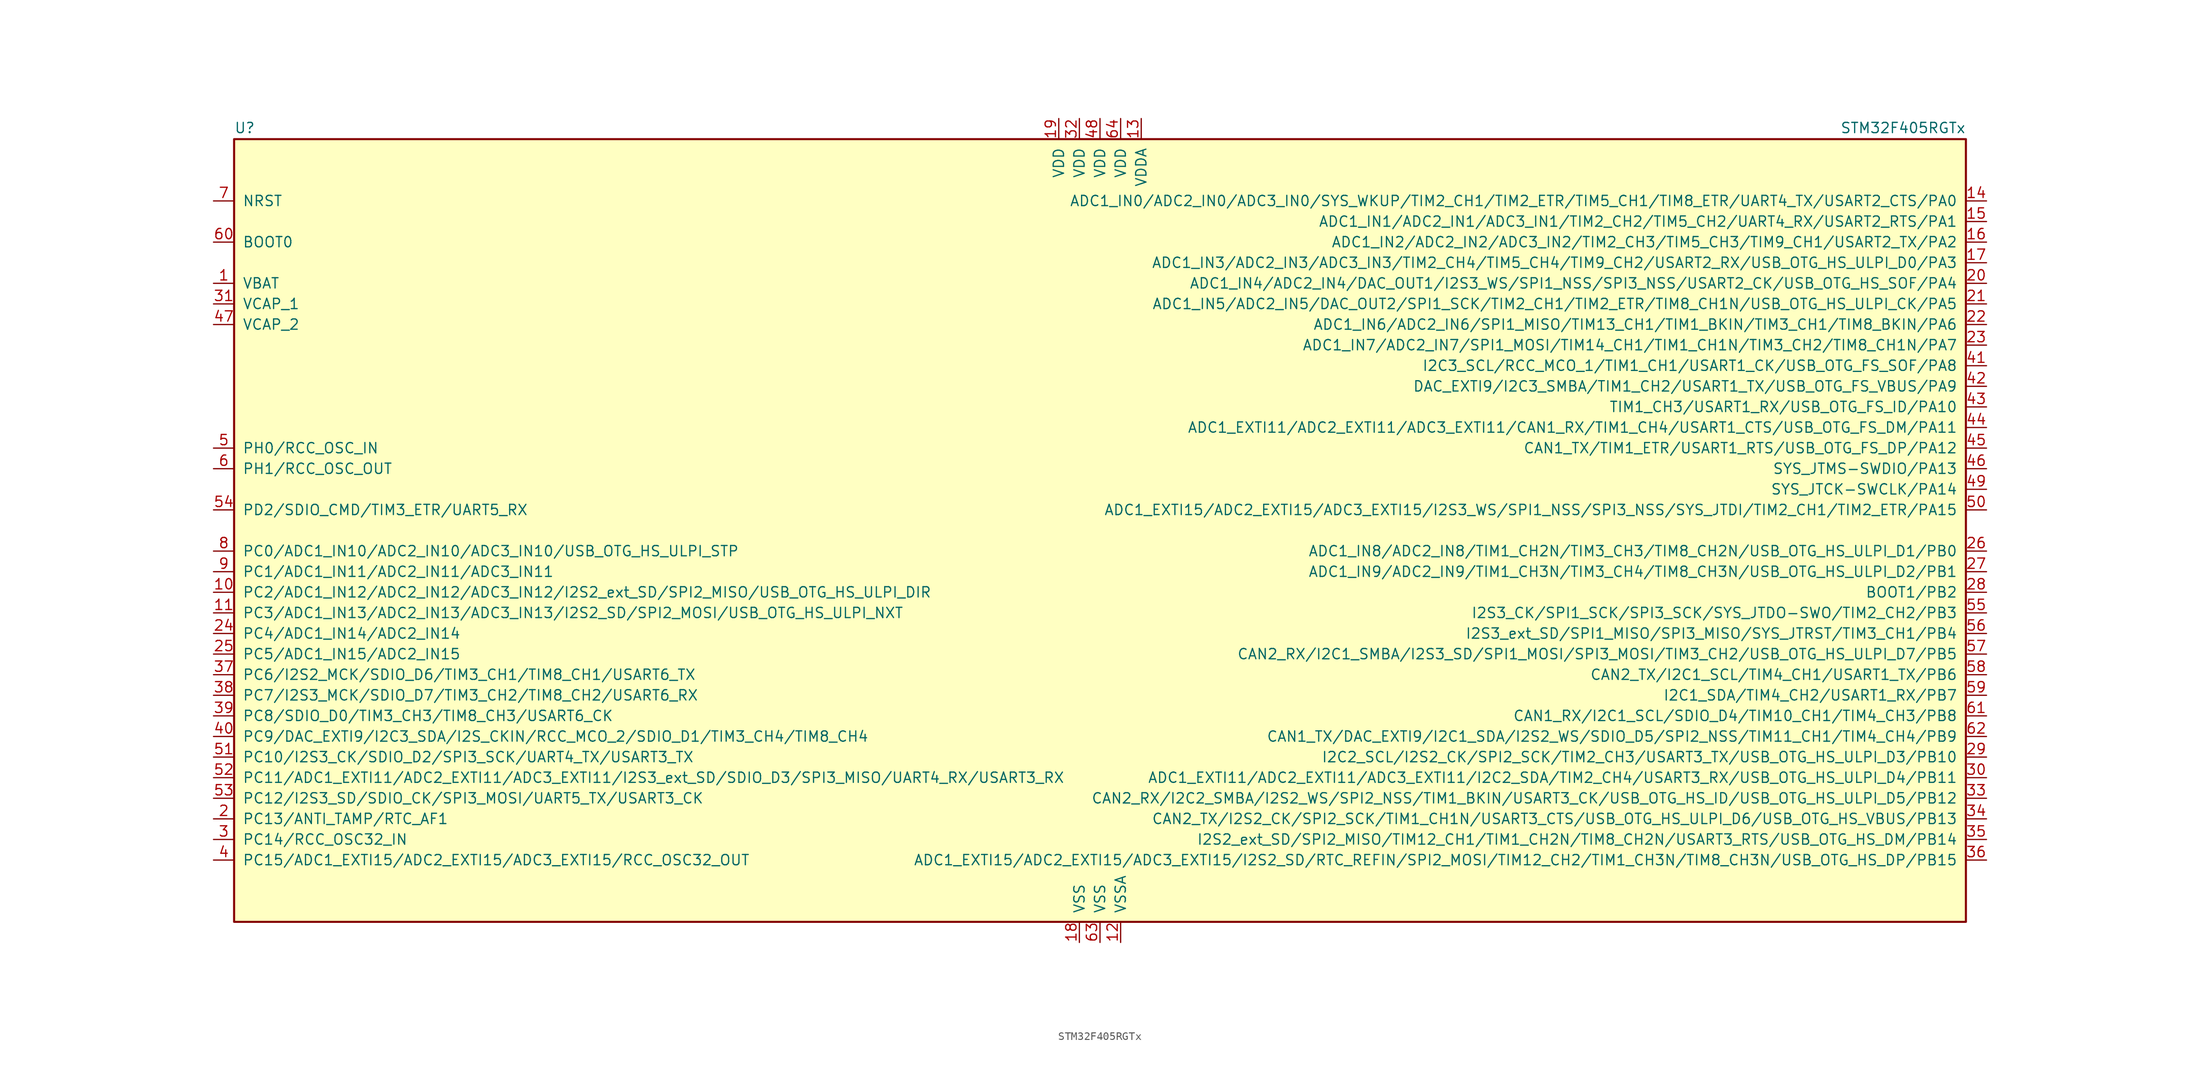
<source format=kicad_sym>
(kicad_symbol_lib
  (version 20211014)
  (generator kicad_symbol_editor)
  (symbol "STM32F405RGTx"
    (pin_names
      (offset 1.016))
    (property "Reference" "U"
      (at -106.68 48.895 0)
      (effects (font (size 1.27 1.27)) (justify left bottom)))
    (property "Value" "STM32F405RGTx"
      (at 106.68 48.895 0)
      (effects (font (size 1.27 1.27)) (justify right bottom)))
    (property "ki_locked" ""
      (at 0 0 0)
      (effects (font (size 1.27 1.27))))
    (symbol "STM32F405RGTx_0_1"
      (rectangle (start -106.68 -48.26) (end 106.68 48.26) (stroke (width 0.254) (type default) (color 0 0 0 0)) (fill (type background))))
    (symbol "STM32F405RGTx_1_1"
      (pin power_in line (at -109.22 30.48 0) (length 2.54) (name "VBAT" (effects (font (size 1.27 1.27)))) (number "1" (effects (font (size 1.27 1.27)))))
      (pin bidirectional line (at -109.22 -7.62 0) (length 2.54) (name "PC2/ADC1_IN12/ADC2_IN12/ADC3_IN12/I2S2_ext_SD/SPI2_MISO/USB_OTG_HS_ULPI_DIR" (effects (font (size 1.27 1.27)))) (number "10" (effects (font (size 1.27 1.27)))))
      (pin bidirectional line (at -109.22 -10.16 0) (length 2.54) (name "PC3/ADC1_IN13/ADC2_IN13/ADC3_IN13/I2S2_SD/SPI2_MOSI/USB_OTG_HS_ULPI_NXT" (effects (font (size 1.27 1.27)))) (number "11" (effects (font (size 1.27 1.27)))))
      (pin power_in line (at 2.54 -50.8 90) (length 2.54) (name "VSSA" (effects (font (size 1.27 1.27)))) (number "12" (effects (font (size 1.27 1.27)))))
      (pin power_in line (at 5.08 50.8 270) (length 2.54) (name "VDDA" (effects (font (size 1.27 1.27)))) (number "13" (effects (font (size 1.27 1.27)))))
      (pin bidirectional line (at 109.22 40.64 180) (length 2.54) (name "ADC1_IN0/ADC2_IN0/ADC3_IN0/SYS_WKUP/TIM2_CH1/TIM2_ETR/TIM5_CH1/TIM8_ETR/UART4_TX/USART2_CTS/PA0" (effects (font (size 1.27 1.27)))) (number "14" (effects (font (size 1.27 1.27)))))
      (pin bidirectional line (at 109.22 38.1 180) (length 2.54) (name "ADC1_IN1/ADC2_IN1/ADC3_IN1/TIM2_CH2/TIM5_CH2/UART4_RX/USART2_RTS/PA1" (effects (font (size 1.27 1.27)))) (number "15" (effects (font (size 1.27 1.27)))))
      (pin bidirectional line (at 109.22 35.56 180) (length 2.54) (name "ADC1_IN2/ADC2_IN2/ADC3_IN2/TIM2_CH3/TIM5_CH3/TIM9_CH1/USART2_TX/PA2" (effects (font (size 1.27 1.27)))) (number "16" (effects (font (size 1.27 1.27)))))
      (pin bidirectional line (at 109.22 33.02 180) (length 2.54) (name "ADC1_IN3/ADC2_IN3/ADC3_IN3/TIM2_CH4/TIM5_CH4/TIM9_CH2/USART2_RX/USB_OTG_HS_ULPI_D0/PA3" (effects (font (size 1.27 1.27)))) (number "17" (effects (font (size 1.27 1.27)))))
      (pin power_in line (at -2.54 -50.8 90) (length 2.54) (name "VSS" (effects (font (size 1.27 1.27)))) (number "18" (effects (font (size 1.27 1.27)))))
      (pin power_in line (at -5.08 50.8 270) (length 2.54) (name "VDD" (effects (font (size 1.27 1.27)))) (number "19" (effects (font (size 1.27 1.27)))))
      (pin bidirectional line (at -109.22 -35.56 0) (length 2.54) (name "PC13/ANTI_TAMP/RTC_AF1" (effects (font (size 1.27 1.27)))) (number "2" (effects (font (size 1.27 1.27)))))
      (pin bidirectional line (at 109.22 30.48 180) (length 2.54) (name "ADC1_IN4/ADC2_IN4/DAC_OUT1/I2S3_WS/SPI1_NSS/SPI3_NSS/USART2_CK/USB_OTG_HS_SOF/PA4" (effects (font (size 1.27 1.27)))) (number "20" (effects (font (size 1.27 1.27)))))
      (pin bidirectional line (at 109.22 27.94 180) (length 2.54) (name "ADC1_IN5/ADC2_IN5/DAC_OUT2/SPI1_SCK/TIM2_CH1/TIM2_ETR/TIM8_CH1N/USB_OTG_HS_ULPI_CK/PA5" (effects (font (size 1.27 1.27)))) (number "21" (effects (font (size 1.27 1.27)))))
      (pin bidirectional line (at 109.22 25.4 180) (length 2.54) (name "ADC1_IN6/ADC2_IN6/SPI1_MISO/TIM13_CH1/TIM1_BKIN/TIM3_CH1/TIM8_BKIN/PA6" (effects (font (size 1.27 1.27)))) (number "22" (effects (font (size 1.27 1.27)))))
      (pin bidirectional line (at 109.22 22.86 180) (length 2.54) (name "ADC1_IN7/ADC2_IN7/SPI1_MOSI/TIM14_CH1/TIM1_CH1N/TIM3_CH2/TIM8_CH1N/PA7" (effects (font (size 1.27 1.27)))) (number "23" (effects (font (size 1.27 1.27)))))
      (pin bidirectional line (at -109.22 -12.7 0) (length 2.54) (name "PC4/ADC1_IN14/ADC2_IN14" (effects (font (size 1.27 1.27)))) (number "24" (effects (font (size 1.27 1.27)))))
      (pin bidirectional line (at -109.22 -15.24 0) (length 2.54) (name "PC5/ADC1_IN15/ADC2_IN15" (effects (font (size 1.27 1.27)))) (number "25" (effects (font (size 1.27 1.27)))))
      (pin bidirectional line (at 109.22 -2.54 180) (length 2.54) (name "ADC1_IN8/ADC2_IN8/TIM1_CH2N/TIM3_CH3/TIM8_CH2N/USB_OTG_HS_ULPI_D1/PB0" (effects (font (size 1.27 1.27)))) (number "26" (effects (font (size 1.27 1.27)))))
      (pin bidirectional line (at 109.22 -5.08 180) (length 2.54) (name "ADC1_IN9/ADC2_IN9/TIM1_CH3N/TIM3_CH4/TIM8_CH3N/USB_OTG_HS_ULPI_D2/PB1" (effects (font (size 1.27 1.27)))) (number "27" (effects (font (size 1.27 1.27)))))
      (pin bidirectional line (at 109.22 -7.62 180) (length 2.54) (name "BOOT1/PB2" (effects (font (size 1.27 1.27)))) (number "28" (effects (font (size 1.27 1.27)))))
      (pin bidirectional line (at 109.22 -27.94 180) (length 2.54) (name "I2C2_SCL/I2S2_CK/SPI2_SCK/TIM2_CH3/USART3_TX/USB_OTG_HS_ULPI_D3/PB10" (effects (font (size 1.27 1.27)))) (number "29" (effects (font (size 1.27 1.27)))))
      (pin bidirectional line (at -109.22 -38.1 0) (length 2.54) (name "PC14/RCC_OSC32_IN" (effects (font (size 1.27 1.27)))) (number "3" (effects (font (size 1.27 1.27)))))
      (pin bidirectional line (at 109.22 -30.48 180) (length 2.54) (name "ADC1_EXTI11/ADC2_EXTI11/ADC3_EXTI11/I2C2_SDA/TIM2_CH4/USART3_RX/USB_OTG_HS_ULPI_D4/PB11" (effects (font (size 1.27 1.27)))) (number "30" (effects (font (size 1.27 1.27)))))
      (pin power_in line (at -109.22 27.94 0) (length 2.54) (name "VCAP_1" (effects (font (size 1.27 1.27)))) (number "31" (effects (font (size 1.27 1.27)))))
      (pin power_in line (at -2.54 50.8 270) (length 2.54) (name "VDD" (effects (font (size 1.27 1.27)))) (number "32" (effects (font (size 1.27 1.27)))))
      (pin bidirectional line (at 109.22 -33.02 180) (length 2.54) (name "CAN2_RX/I2C2_SMBA/I2S2_WS/SPI2_NSS/TIM1_BKIN/USART3_CK/USB_OTG_HS_ID/USB_OTG_HS_ULPI_D5/PB12" (effects (font (size 1.27 1.27)))) (number "33" (effects (font (size 1.27 1.27)))))
      (pin bidirectional line (at 109.22 -35.56 180) (length 2.54) (name "CAN2_TX/I2S2_CK/SPI2_SCK/TIM1_CH1N/USART3_CTS/USB_OTG_HS_ULPI_D6/USB_OTG_HS_VBUS/PB13" (effects (font (size 1.27 1.27)))) (number "34" (effects (font (size 1.27 1.27)))))
      (pin bidirectional line (at 109.22 -38.1 180) (length 2.54) (name "I2S2_ext_SD/SPI2_MISO/TIM12_CH1/TIM1_CH2N/TIM8_CH2N/USART3_RTS/USB_OTG_HS_DM/PB14" (effects (font (size 1.27 1.27)))) (number "35" (effects (font (size 1.27 1.27)))))
      (pin bidirectional line (at 109.22 -40.64 180) (length 2.54) (name "ADC1_EXTI15/ADC2_EXTI15/ADC3_EXTI15/I2S2_SD/RTC_REFIN/SPI2_MOSI/TIM12_CH2/TIM1_CH3N/TIM8_CH3N/USB_OTG_HS_DP/PB15" (effects (font (size 1.27 1.27)))) (number "36" (effects (font (size 1.27 1.27)))))
      (pin bidirectional line (at -109.22 -17.78 0) (length 2.54) (name "PC6/I2S2_MCK/SDIO_D6/TIM3_CH1/TIM8_CH1/USART6_TX" (effects (font (size 1.27 1.27)))) (number "37" (effects (font (size 1.27 1.27)))))
      (pin bidirectional line (at -109.22 -20.32 0) (length 2.54) (name "PC7/I2S3_MCK/SDIO_D7/TIM3_CH2/TIM8_CH2/USART6_RX" (effects (font (size 1.27 1.27)))) (number "38" (effects (font (size 1.27 1.27)))))
      (pin bidirectional line (at -109.22 -22.86 0) (length 2.54) (name "PC8/SDIO_D0/TIM3_CH3/TIM8_CH3/USART6_CK" (effects (font (size 1.27 1.27)))) (number "39" (effects (font (size 1.27 1.27)))))
      (pin bidirectional line (at -109.22 -40.64 0) (length 2.54) (name "PC15/ADC1_EXTI15/ADC2_EXTI15/ADC3_EXTI15/RCC_OSC32_OUT" (effects (font (size 1.27 1.27)))) (number "4" (effects (font (size 1.27 1.27)))))
      (pin bidirectional line (at -109.22 -25.4 0) (length 2.54) (name "PC9/DAC_EXTI9/I2C3_SDA/I2S_CKIN/RCC_MCO_2/SDIO_D1/TIM3_CH4/TIM8_CH4" (effects (font (size 1.27 1.27)))) (number "40" (effects (font (size 1.27 1.27)))))
      (pin bidirectional line (at 109.22 20.32 180) (length 2.54) (name "I2C3_SCL/RCC_MCO_1/TIM1_CH1/USART1_CK/USB_OTG_FS_SOF/PA8" (effects (font (size 1.27 1.27)))) (number "41" (effects (font (size 1.27 1.27)))))
      (pin bidirectional line (at 109.22 17.78 180) (length 2.54) (name "DAC_EXTI9/I2C3_SMBA/TIM1_CH2/USART1_TX/USB_OTG_FS_VBUS/PA9" (effects (font (size 1.27 1.27)))) (number "42" (effects (font (size 1.27 1.27)))))
      (pin bidirectional line (at 109.22 15.24 180) (length 2.54) (name "TIM1_CH3/USART1_RX/USB_OTG_FS_ID/PA10" (effects (font (size 1.27 1.27)))) (number "43" (effects (font (size 1.27 1.27)))))
      (pin bidirectional line (at 109.22 12.7 180) (length 2.54) (name "ADC1_EXTI11/ADC2_EXTI11/ADC3_EXTI11/CAN1_RX/TIM1_CH4/USART1_CTS/USB_OTG_FS_DM/PA11" (effects (font (size 1.27 1.27)))) (number "44" (effects (font (size 1.27 1.27)))))
      (pin bidirectional line (at 109.22 10.16 180) (length 2.54) (name "CAN1_TX/TIM1_ETR/USART1_RTS/USB_OTG_FS_DP/PA12" (effects (font (size 1.27 1.27)))) (number "45" (effects (font (size 1.27 1.27)))))
      (pin bidirectional line (at 109.22 7.62 180) (length 2.54) (name "SYS_JTMS-SWDIO/PA13" (effects (font (size 1.27 1.27)))) (number "46" (effects (font (size 1.27 1.27)))))
      (pin power_in line (at -109.22 25.4 0) (length 2.54) (name "VCAP_2" (effects (font (size 1.27 1.27)))) (number "47" (effects (font (size 1.27 1.27)))))
      (pin power_in line (at 0 50.8 270) (length 2.54) (name "VDD" (effects (font (size 1.27 1.27)))) (number "48" (effects (font (size 1.27 1.27)))))
      (pin bidirectional line (at 109.22 5.08 180) (length 2.54) (name "SYS_JTCK-SWCLK/PA14" (effects (font (size 1.27 1.27)))) (number "49" (effects (font (size 1.27 1.27)))))
      (pin input line (at -109.22 10.16 0) (length 2.54) (name "PH0/RCC_OSC_IN" (effects (font (size 1.27 1.27)))) (number "5" (effects (font (size 1.27 1.27)))))
      (pin bidirectional line (at 109.22 2.54 180) (length 2.54) (name "ADC1_EXTI15/ADC2_EXTI15/ADC3_EXTI15/I2S3_WS/SPI1_NSS/SPI3_NSS/SYS_JTDI/TIM2_CH1/TIM2_ETR/PA15" (effects (font (size 1.27 1.27)))) (number "50" (effects (font (size 1.27 1.27)))))
      (pin bidirectional line (at -109.22 -27.94 0) (length 2.54) (name "PC10/I2S3_CK/SDIO_D2/SPI3_SCK/UART4_TX/USART3_TX" (effects (font (size 1.27 1.27)))) (number "51" (effects (font (size 1.27 1.27)))))
      (pin bidirectional line (at -109.22 -30.48 0) (length 2.54) (name "PC11/ADC1_EXTI11/ADC2_EXTI11/ADC3_EXTI11/I2S3_ext_SD/SDIO_D3/SPI3_MISO/UART4_RX/USART3_RX" (effects (font (size 1.27 1.27)))) (number "52" (effects (font (size 1.27 1.27)))))
      (pin bidirectional line (at -109.22 -33.02 0) (length 2.54) (name "PC12/I2S3_SD/SDIO_CK/SPI3_MOSI/UART5_TX/USART3_CK" (effects (font (size 1.27 1.27)))) (number "53" (effects (font (size 1.27 1.27)))))
      (pin bidirectional line (at -109.22 2.54 0) (length 2.54) (name "PD2/SDIO_CMD/TIM3_ETR/UART5_RX" (effects (font (size 1.27 1.27)))) (number "54" (effects (font (size 1.27 1.27)))))
      (pin bidirectional line (at 109.22 -10.16 180) (length 2.54) (name "I2S3_CK/SPI1_SCK/SPI3_SCK/SYS_JTDO-SWO/TIM2_CH2/PB3" (effects (font (size 1.27 1.27)))) (number "55" (effects (font (size 1.27 1.27)))))
      (pin bidirectional line (at 109.22 -12.7 180) (length 2.54) (name "I2S3_ext_SD/SPI1_MISO/SPI3_MISO/SYS_JTRST/TIM3_CH1/PB4" (effects (font (size 1.27 1.27)))) (number "56" (effects (font (size 1.27 1.27)))))
      (pin bidirectional line (at 109.22 -15.24 180) (length 2.54) (name "CAN2_RX/I2C1_SMBA/I2S3_SD/SPI1_MOSI/SPI3_MOSI/TIM3_CH2/USB_OTG_HS_ULPI_D7/PB5" (effects (font (size 1.27 1.27)))) (number "57" (effects (font (size 1.27 1.27)))))
      (pin bidirectional line (at 109.22 -17.78 180) (length 2.54) (name "CAN2_TX/I2C1_SCL/TIM4_CH1/USART1_TX/PB6" (effects (font (size 1.27 1.27)))) (number "58" (effects (font (size 1.27 1.27)))))
      (pin bidirectional line (at 109.22 -20.32 180) (length 2.54) (name "I2C1_SDA/TIM4_CH2/USART1_RX/PB7" (effects (font (size 1.27 1.27)))) (number "59" (effects (font (size 1.27 1.27)))))
      (pin input line (at -109.22 7.62 0) (length 2.54) (name "PH1/RCC_OSC_OUT" (effects (font (size 1.27 1.27)))) (number "6" (effects (font (size 1.27 1.27)))))
      (pin input line (at -109.22 35.56 0) (length 2.54) (name "BOOT0" (effects (font (size 1.27 1.27)))) (number "60" (effects (font (size 1.27 1.27)))))
      (pin bidirectional line (at 109.22 -22.86 180) (length 2.54) (name "CAN1_RX/I2C1_SCL/SDIO_D4/TIM10_CH1/TIM4_CH3/PB8" (effects (font (size 1.27 1.27)))) (number "61" (effects (font (size 1.27 1.27)))))
      (pin bidirectional line (at 109.22 -25.4 180) (length 2.54) (name "CAN1_TX/DAC_EXTI9/I2C1_SDA/I2S2_WS/SDIO_D5/SPI2_NSS/TIM11_CH1/TIM4_CH4/PB9" (effects (font (size 1.27 1.27)))) (number "62" (effects (font (size 1.27 1.27)))))
      (pin power_in line (at 0 -50.8 90) (length 2.54) (name "VSS" (effects (font (size 1.27 1.27)))) (number "63" (effects (font (size 1.27 1.27)))))
      (pin power_in line (at 2.54 50.8 270) (length 2.54) (name "VDD" (effects (font (size 1.27 1.27)))) (number "64" (effects (font (size 1.27 1.27)))))
      (pin input line (at -109.22 40.64 0) (length 2.54) (name "NRST" (effects (font (size 1.27 1.27)))) (number "7" (effects (font (size 1.27 1.27)))))
      (pin bidirectional line (at -109.22 -2.54 0) (length 2.54) (name "PC0/ADC1_IN10/ADC2_IN10/ADC3_IN10/USB_OTG_HS_ULPI_STP" (effects (font (size 1.27 1.27)))) (number "8" (effects (font (size 1.27 1.27)))))
      (pin bidirectional line (at -109.22 -5.08 0) (length 2.54) (name "PC1/ADC1_IN11/ADC2_IN11/ADC3_IN11" (effects (font (size 1.27 1.27)))) (number "9" (effects (font (size 1.27 1.27))))))))
</source>
